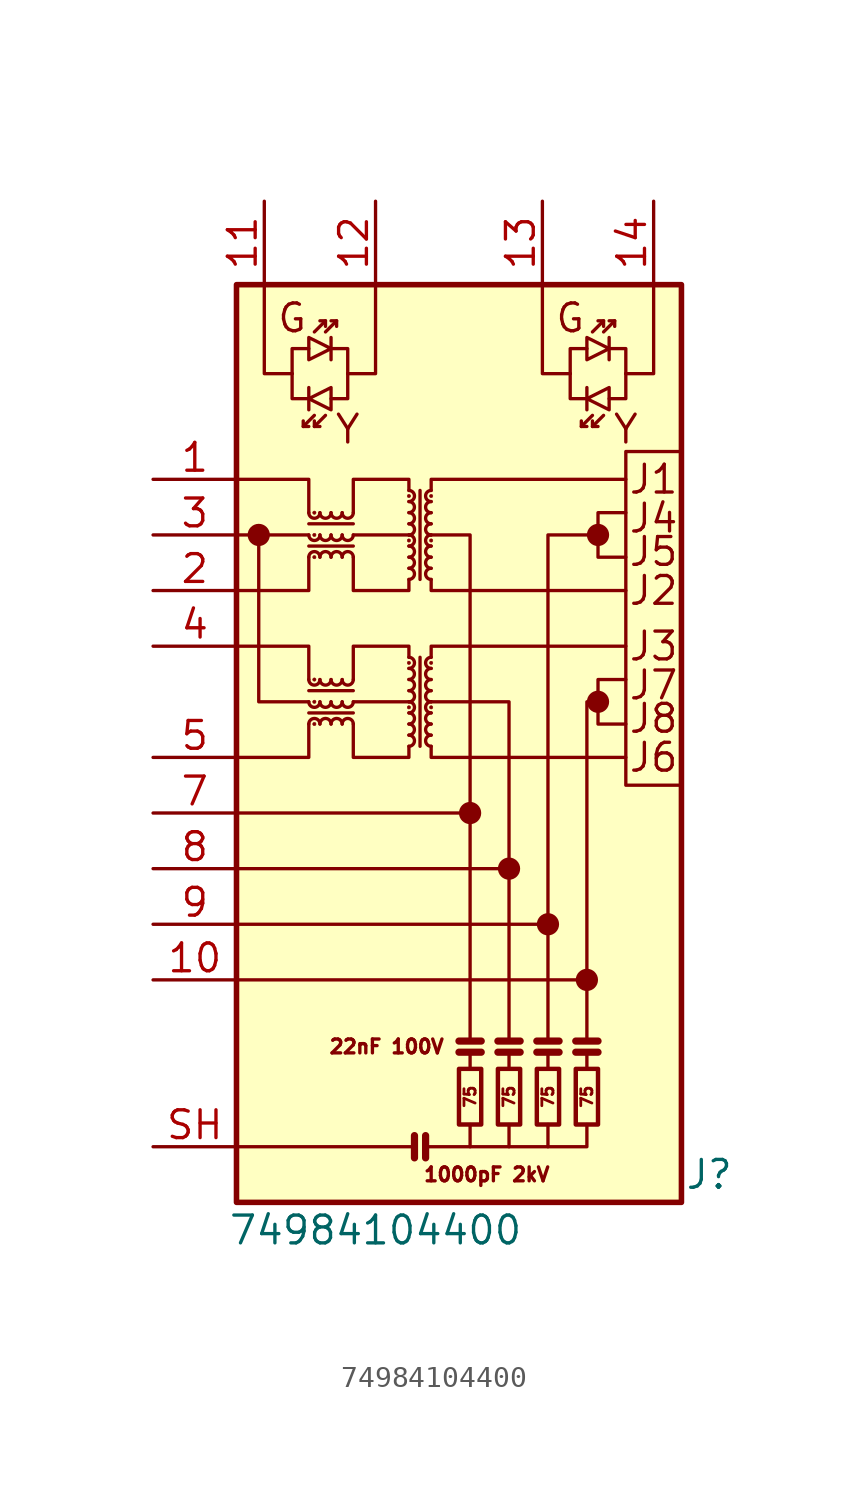
<source format=kicad_sym>
(kicad_symbol_lib
  (version 20231120)
  (generator "kicad_symbol_editor")
  (generator_version "8.0")
  (symbol "74984104400"
    (pin_names
      (offset 0) hide)
    (property "Reference" "J"
      (at 10.16 -19.05 0)
      (effects (font (size 1.27 1.27))))
    (property "Value" "74984104400"
      (at -5.08 -21.59 0)
      (effects (font (size 1.27 1.27))))
    (symbol "74984104400_0_0"
      (circle (center -10.414 10.16) (radius 0.0001) (stroke (width 0.508) (type default)) (fill (type none)))
      (circle (center -0.762 -2.54) (radius 0.0001) (stroke (width 0.508) (type default)) (fill (type none)))
      (polyline (pts (xy -6.096 2.54) (xy -3.556 2.54)) (stroke (width 0) (type default)) (fill (type none)))
      (polyline (pts (xy -6.096 10.16) (xy -3.556 10.16)) (stroke (width 0) (type default)) (fill (type none)))
      (polyline (pts (xy -3.556 0.508) (xy -3.556 0) (xy -6.096 0) (xy -6.096 1.524)) (stroke (width 0) (type default)) (fill (type none)))
      (polyline (pts (xy -3.556 4.572) (xy -3.556 5.08) (xy -6.096 5.08) (xy -6.096 3.556)) (stroke (width 0) (type default)) (fill (type none)))
      (polyline (pts (xy -3.556 8.128) (xy -3.556 7.62) (xy -6.096 7.62) (xy -6.096 9.144)) (stroke (width 0) (type default)) (fill (type none)))
      (polyline (pts (xy -3.556 12.192) (xy -3.556 12.7) (xy -6.096 12.7) (xy -6.096 11.176)) (stroke (width 0) (type default)) (fill (type none)))
      (circle (center 1.016 -5.08) (radius 0.0001) (stroke (width 0.508) (type default)) (fill (type none)))
      (circle (center 2.794 -7.62) (radius 0.0001) (stroke (width 0.508) (type default)) (fill (type none)))
      (circle (center 4.572 -10.16) (radius 0.0001) (stroke (width 0.508) (type default)) (fill (type none)))
      (circle (center 5.08 2.54) (radius 0.0001) (stroke (width 0.508) (type default)) (fill (type none)))
      (circle (center 5.08 10.16) (radius 0.0001) (stroke (width 0.508) (type default)) (fill (type none)))
      (text "1000pF 2kV" (at 0 -19.05 0) (effects (font (size 0.635 0.635))))
      (text "G" (at -8.89 20.066 0) (effects (font (size 1.27 1.27))))
      (text "G" (at 3.81 20.066 0) (effects (font (size 1.27 1.27))))
      (text "Y" (at -6.35 14.986 0) (effects (font (size 1.27 1.27))))
      (text "Y" (at 6.35 14.986 0) (effects (font (size 1.27 1.27)))))
    (symbol "74984104400_0_1"
      (rectangle (start -11.43 21.59) (end 8.89 -20.32) (stroke (width 0.254) (type default)) (fill (type background)))
      (arc (start -8.128 2.54) (mid -7.874 2.2871) (end -7.62 2.54) (stroke (width 0) (type default)) (fill (type none)))
      (arc (start -8.128 3.556) (mid -7.874 3.3031) (end -7.62 3.556) (stroke (width 0) (type default)) (fill (type none)))
      (arc (start -8.128 10.16) (mid -7.874 9.9071) (end -7.62 10.16) (stroke (width 0) (type default)) (fill (type none)))
      (arc (start -8.128 11.176) (mid -7.874 10.9231) (end -7.62 11.176) (stroke (width 0) (type default)) (fill (type none)))
      (circle (center -7.874 1.525) (radius 0.076) (stroke (width 0.025) (type default)) (fill (type outline)))
      (circle (center -7.874 2.54) (radius 0.076) (stroke (width 0.025) (type default)) (fill (type outline)))
      (circle (center -7.874 3.556) (radius 0.076) (stroke (width 0.025) (type default)) (fill (type outline)))
      (circle (center -7.874 9.145) (radius 0.076) (stroke (width 0.025) (type default)) (fill (type outline)))
      (circle (center -7.874 10.16) (radius 0.076) (stroke (width 0.025) (type default)) (fill (type outline)))
      (circle (center -7.874 11.176) (radius 0.076) (stroke (width 0.025) (type default)) (fill (type outline)))
      (arc (start -7.62 1.5251) (mid -7.874 1.778) (end -8.128 1.5251) (stroke (width 0) (type default)) (fill (type none)))
      (arc (start -7.62 2.54) (mid -7.366 2.2871) (end -7.112 2.54) (stroke (width 0) (type default)) (fill (type none)))
      (arc (start -7.62 3.556) (mid -7.366 3.3031) (end -7.112 3.556) (stroke (width 0) (type default)) (fill (type none)))
      (arc (start -7.62 9.1451) (mid -7.874 9.398) (end -8.128 9.1451) (stroke (width 0) (type default)) (fill (type none)))
      (arc (start -7.62 10.16) (mid -7.366 9.9071) (end -7.112 10.16) (stroke (width 0) (type default)) (fill (type none)))
      (arc (start -7.62 11.176) (mid -7.366 10.9231) (end -7.112 11.176) (stroke (width 0) (type default)) (fill (type none)))
      (arc (start -7.112 1.5251) (mid -7.366 1.778) (end -7.62 1.5251) (stroke (width 0) (type default)) (fill (type none)))
      (arc (start -7.112 2.54) (mid -6.858 2.2871) (end -6.604 2.54) (stroke (width 0) (type default)) (fill (type none)))
      (arc (start -7.112 3.556) (mid -6.858 3.3031) (end -6.604 3.556) (stroke (width 0) (type default)) (fill (type none)))
      (arc (start -7.112 9.1451) (mid -7.366 9.398) (end -7.62 9.1451) (stroke (width 0) (type default)) (fill (type none)))
      (arc (start -7.112 10.16) (mid -6.858 9.9071) (end -6.604 10.16) (stroke (width 0) (type default)) (fill (type none)))
      (arc (start -7.112 11.176) (mid -6.858 10.9231) (end -6.604 11.176) (stroke (width 0) (type default)) (fill (type none)))
      (arc (start -6.604 1.5251) (mid -6.858 1.778) (end -7.112 1.5251) (stroke (width 0) (type default)) (fill (type none)))
      (arc (start -6.604 2.54) (mid -6.35 2.2871) (end -6.096 2.54) (stroke (width 0) (type default)) (fill (type none)))
      (arc (start -6.604 3.556) (mid -6.35 3.3031) (end -6.096 3.556) (stroke (width 0) (type default)) (fill (type none)))
      (arc (start -6.604 9.1451) (mid -6.858 9.398) (end -7.112 9.1451) (stroke (width 0) (type default)) (fill (type none)))
      (arc (start -6.604 10.16) (mid -6.35 9.9071) (end -6.096 10.16) (stroke (width 0) (type default)) (fill (type none)))
      (arc (start -6.604 11.176) (mid -6.35 10.9231) (end -6.096 11.176) (stroke (width 0) (type default)) (fill (type none)))
      (arc (start -6.096 1.5251) (mid -6.35 1.778) (end -6.604 1.5251) (stroke (width 0) (type default)) (fill (type none)))
      (arc (start -6.096 9.1451) (mid -6.35 9.398) (end -6.604 9.1451) (stroke (width 0) (type default)) (fill (type none)))
      (arc (start -3.556 0.508) (mid -3.303 0.762) (end -3.556 1.016) (stroke (width 0) (type default)) (fill (type none)))
      (arc (start -3.556 1.016) (mid -3.3031 1.27) (end -3.556 1.524) (stroke (width 0) (type default)) (fill (type none)))
      (arc (start -3.556 1.524) (mid -3.303 1.778) (end -3.556 2.032) (stroke (width 0) (type default)) (fill (type none)))
      (arc (start -3.556 2.032) (mid -3.303 2.286) (end -3.556 2.54) (stroke (width 0) (type default)) (fill (type none)))
      (circle (center -3.556 2.286) (radius 0.076) (stroke (width 0.025) (type default)) (fill (type outline)))
      (arc (start -3.556 2.54) (mid -3.303 2.794) (end -3.556 3.048) (stroke (width 0) (type default)) (fill (type none)))
      (arc (start -3.556 3.048) (mid -3.303 3.302) (end -3.556 3.556) (stroke (width 0) (type default)) (fill (type none)))
      (arc (start -3.556 3.556) (mid -3.3031 3.81) (end -3.556 4.064) (stroke (width 0) (type default)) (fill (type none)))
      (arc (start -3.556 4.064) (mid -3.303 4.318) (end -3.556 4.572) (stroke (width 0) (type default)) (fill (type none)))
      (circle (center -3.556 4.318) (radius 0.076) (stroke (width 0.025) (type default)) (fill (type outline)))
      (arc (start -3.556 8.128) (mid -3.303 8.382) (end -3.556 8.636) (stroke (width 0) (type default)) (fill (type none)))
      (arc (start -3.556 8.636) (mid -3.3031 8.89) (end -3.556 9.144) (stroke (width 0) (type default)) (fill (type none)))
      (arc (start -3.556 9.144) (mid -3.303 9.398) (end -3.556 9.652) (stroke (width 0) (type default)) (fill (type none)))
      (arc (start -3.556 9.652) (mid -3.303 9.906) (end -3.556 10.16) (stroke (width 0) (type default)) (fill (type none)))
      (circle (center -3.556 9.906) (radius 0.076) (stroke (width 0.025) (type default)) (fill (type outline)))
      (arc (start -3.556 10.16) (mid -3.303 10.414) (end -3.556 10.668) (stroke (width 0) (type default)) (fill (type none)))
      (arc (start -3.556 10.668) (mid -3.303 10.922) (end -3.556 11.176) (stroke (width 0) (type default)) (fill (type none)))
      (arc (start -3.556 11.176) (mid -3.3031 11.43) (end -3.556 11.684) (stroke (width 0) (type default)) (fill (type none)))
      (arc (start -3.556 11.684) (mid -3.303 11.938) (end -3.556 12.192) (stroke (width 0) (type default)) (fill (type none)))
      (circle (center -3.556 11.938) (radius 0.076) (stroke (width 0.025) (type default)) (fill (type outline)))
      (arc (start -2.54 1.016) (mid -2.793 0.762) (end -2.54 0.508) (stroke (width 0) (type default)) (fill (type none)))
      (arc (start -2.54 1.524) (mid -2.7929 1.27) (end -2.54 1.016) (stroke (width 0) (type default)) (fill (type none)))
      (arc (start -2.54 2.032) (mid -2.793 1.778) (end -2.54 1.524) (stroke (width 0) (type default)) (fill (type none)))
      (circle (center -2.54 2.286) (radius 0.076) (stroke (width 0.025) (type default)) (fill (type outline)))
      (arc (start -2.54 2.54) (mid -2.793 2.286) (end -2.54 2.032) (stroke (width 0) (type default)) (fill (type none)))
      (arc (start -2.54 3.048) (mid -2.793 2.794) (end -2.54 2.54) (stroke (width 0) (type default)) (fill (type none)))
      (arc (start -2.54 3.556) (mid -2.793 3.302) (end -2.54 3.048) (stroke (width 0) (type default)) (fill (type none)))
      (arc (start -2.54 4.064) (mid -2.7929 3.81) (end -2.54 3.556) (stroke (width 0) (type default)) (fill (type none)))
      (circle (center -2.54 4.318) (radius 0.076) (stroke (width 0.025) (type default)) (fill (type outline)))
      (arc (start -2.54 4.572) (mid -2.793 4.318) (end -2.54 4.064) (stroke (width 0) (type default)) (fill (type none)))
      (arc (start -2.54 8.636) (mid -2.793 8.382) (end -2.54 8.128) (stroke (width 0) (type default)) (fill (type none)))
      (arc (start -2.54 9.144) (mid -2.7929 8.89) (end -2.54 8.636) (stroke (width 0) (type default)) (fill (type none)))
      (arc (start -2.54 9.652) (mid -2.793 9.398) (end -2.54 9.144) (stroke (width 0) (type default)) (fill (type none)))
      (circle (center -2.54 9.906) (radius 0.076) (stroke (width 0.025) (type default)) (fill (type outline)))
      (arc (start -2.54 10.16) (mid -2.793 9.906) (end -2.54 9.652) (stroke (width 0) (type default)) (fill (type none)))
      (arc (start -2.54 10.668) (mid -2.793 10.414) (end -2.54 10.16) (stroke (width 0) (type default)) (fill (type none)))
      (arc (start -2.54 11.176) (mid -2.793 10.922) (end -2.54 10.668) (stroke (width 0) (type default)) (fill (type none)))
      (arc (start -2.54 11.684) (mid -2.7929 11.43) (end -2.54 11.176) (stroke (width 0) (type default)) (fill (type none)))
      (circle (center -2.54 11.938) (radius 0.076) (stroke (width 0.025) (type default)) (fill (type outline)))
      (arc (start -2.54 12.192) (mid -2.793 11.938) (end -2.54 11.684) (stroke (width 0) (type default)) (fill (type none)))
      (rectangle (start -1.27 -16.764) (end -0.254 -14.224) (stroke (width 0.203) (type default)) (fill (type none)))
      (polyline (pts (xy -8.382 15.113) (xy -7.874 15.621)) (stroke (width 0) (type default)) (fill (type none)))
      (polyline (pts (xy -8.128 16.891) (xy -8.128 15.875)) (stroke (width 0) (type default)) (fill (type none)))
      (polyline (pts (xy -7.874 15.113) (xy -7.366 15.621)) (stroke (width 0) (type default)) (fill (type none)))
      (polyline (pts (xy -7.366 19.939) (xy -7.874 19.431)) (stroke (width 0) (type default)) (fill (type none)))
      (polyline (pts (xy -7.112 18.161) (xy -7.112 19.177)) (stroke (width 0) (type default)) (fill (type none)))
      (polyline (pts (xy -6.858 19.939) (xy -7.366 19.431)) (stroke (width 0) (type default)) (fill (type none)))
      (polyline (pts (xy -6.096 2.032) (xy -8.128 2.032)) (stroke (width 0) (type default)) (fill (type none)))
      (polyline (pts (xy -6.096 3.048) (xy -8.128 3.048)) (stroke (width 0) (type default)) (fill (type none)))
      (polyline (pts (xy -6.096 9.652) (xy -8.128 9.652)) (stroke (width 0) (type default)) (fill (type none)))
      (polyline (pts (xy -6.096 10.668) (xy -8.128 10.668)) (stroke (width 0) (type default)) (fill (type none)))
      (polyline (pts (xy -3.302 -17.272) (xy -3.302 -18.288)) (stroke (width 0.33) (type default)) (fill (type none)))
      (polyline (pts (xy -3.048 0.508) (xy -3.048 4.572)) (stroke (width 0) (type default)) (fill (type none)))
      (polyline (pts (xy -3.048 8.128) (xy -3.048 12.192)) (stroke (width 0) (type default)) (fill (type none)))
      (polyline (pts (xy -2.794 -17.272) (xy -2.794 -18.288)) (stroke (width 0.33) (type default)) (fill (type none)))
      (polyline (pts (xy -0.254 -13.462) (xy -1.27 -13.462)) (stroke (width 0.33) (type default)) (fill (type none)))
      (polyline (pts (xy -0.254 -12.954) (xy -1.27 -12.954)) (stroke (width 0.33) (type default)) (fill (type none)))
      (polyline (pts (xy 1.524 -13.462) (xy 0.508 -13.462)) (stroke (width 0.33) (type default)) (fill (type none)))
      (polyline (pts (xy 1.524 -12.954) (xy 0.508 -12.954)) (stroke (width 0.33) (type default)) (fill (type none)))
      (polyline (pts (xy 3.302 -13.462) (xy 2.286 -13.462)) (stroke (width 0.33) (type default)) (fill (type none)))
      (polyline (pts (xy 3.302 -12.954) (xy 2.286 -12.954)) (stroke (width 0.33) (type default)) (fill (type none)))
      (polyline (pts (xy 4.318 15.113) (xy 4.826 15.621)) (stroke (width 0) (type default)) (fill (type none)))
      (polyline (pts (xy 4.572 16.891) (xy 4.572 15.875)) (stroke (width 0) (type default)) (fill (type none)))
      (polyline (pts (xy 4.826 15.113) (xy 5.334 15.621)) (stroke (width 0) (type default)) (fill (type none)))
      (polyline (pts (xy 5.08 -13.462) (xy 4.064 -13.462)) (stroke (width 0.33) (type default)) (fill (type none)))
      (polyline (pts (xy 5.08 -12.954) (xy 4.064 -12.954)) (stroke (width 0.33) (type default)) (fill (type none)))
      (polyline (pts (xy 5.334 19.939) (xy 4.826 19.431)) (stroke (width 0) (type default)) (fill (type none)))
      (polyline (pts (xy 5.588 18.161) (xy 5.588 19.177)) (stroke (width 0) (type default)) (fill (type none)))
      (polyline (pts (xy 5.842 19.939) (xy 5.334 19.431)) (stroke (width 0) (type default)) (fill (type none)))
      (polyline (pts (xy -8.89 17.526) (xy -8.89 16.383) (xy -8.128 16.383)) (stroke (width 0) (type default)) (fill (type none)))
      (polyline (pts (xy -8.89 17.526) (xy -8.89 18.669) (xy -8.128 18.669)) (stroke (width 0) (type default)) (fill (type none)))
      (polyline (pts (xy -8.382 15.367) (xy -8.382 15.113) (xy -8.128 15.113)) (stroke (width 0) (type default)) (fill (type none)))
      (polyline (pts (xy -7.874 15.367) (xy -7.874 15.113) (xy -7.62 15.113)) (stroke (width 0) (type default)) (fill (type none)))
      (polyline (pts (xy -7.366 19.685) (xy -7.366 19.939) (xy -7.62 19.939)) (stroke (width 0) (type default)) (fill (type none)))
      (polyline (pts (xy -6.858 19.685) (xy -6.858 19.939) (xy -7.112 19.939)) (stroke (width 0) (type default)) (fill (type none)))
      (polyline (pts (xy -6.35 17.526) (xy -6.35 16.383) (xy -7.112 16.383)) (stroke (width 0) (type default)) (fill (type none)))
      (polyline (pts (xy -6.35 17.526) (xy -6.35 18.669) (xy -7.112 18.669)) (stroke (width 0) (type default)) (fill (type none)))
      (polyline (pts (xy 3.81 17.526) (xy 3.81 16.383) (xy 4.572 16.383)) (stroke (width 0) (type default)) (fill (type none)))
      (polyline (pts (xy 3.81 17.526) (xy 3.81 18.669) (xy 4.572 18.669)) (stroke (width 0) (type default)) (fill (type none)))
      (polyline (pts (xy 4.318 15.367) (xy 4.318 15.113) (xy 4.572 15.113)) (stroke (width 0) (type default)) (fill (type none)))
      (polyline (pts (xy 4.826 15.367) (xy 4.826 15.113) (xy 5.08 15.113)) (stroke (width 0) (type default)) (fill (type none)))
      (polyline (pts (xy 5.334 19.685) (xy 5.334 19.939) (xy 5.08 19.939)) (stroke (width 0) (type default)) (fill (type none)))
      (polyline (pts (xy 5.842 19.685) (xy 5.842 19.939) (xy 5.588 19.939)) (stroke (width 0) (type default)) (fill (type none)))
      (polyline (pts (xy 6.35 17.526) (xy 6.35 16.383) (xy 5.588 16.383)) (stroke (width 0) (type default)) (fill (type none)))
      (polyline (pts (xy 6.35 17.526) (xy 6.35 18.669) (xy 5.588 18.669)) (stroke (width 0) (type default)) (fill (type none)))
      (polyline (pts (xy -8.128 16.383) (xy -7.112 16.891) (xy -7.112 15.875) (xy -8.128 16.383)) (stroke (width 0) (type default)) (fill (type none)))
      (polyline (pts (xy -7.112 18.669) (xy -8.128 18.161) (xy -8.128 19.177) (xy -7.112 18.669)) (stroke (width 0) (type default)) (fill (type none)))
      (polyline (pts (xy 4.572 16.383) (xy 5.588 16.891) (xy 5.588 15.875) (xy 4.572 16.383)) (stroke (width 0) (type default)) (fill (type none)))
      (polyline (pts (xy 5.588 18.669) (xy 4.572 18.161) (xy 4.572 19.177) (xy 5.588 18.669)) (stroke (width 0) (type default)) (fill (type none)))
      (rectangle (start 0.508 -16.764) (end 1.524 -14.224) (stroke (width 0.203) (type default)) (fill (type none)))
      (rectangle (start 2.286 -16.764) (end 3.302 -14.224) (stroke (width 0.203) (type default)) (fill (type none)))
      (rectangle (start 4.064 -16.764) (end 5.08 -14.224) (stroke (width 0.203) (type default)) (fill (type none)))
      (rectangle (start 6.35 13.97) (end 8.89 -1.27) (stroke (width 0) (type default)) (fill (type none))))
    (symbol "74984104400_1_0"
      (polyline (pts (xy -11.43 -10.16) (xy 4.572 -10.16)) (stroke (width 0) (type default)) (fill (type none)))
      (polyline (pts (xy -11.43 -7.62) (xy 2.794 -7.62)) (stroke (width 0) (type default)) (fill (type none)))
      (polyline (pts (xy -11.43 -2.54) (xy -0.762 -2.54)) (stroke (width 0) (type default)) (fill (type none)))
      (polyline (pts (xy -8.128 10.16) (xy -11.43 10.16)) (stroke (width 0) (type default)) (fill (type none)))
      (polyline (pts (xy -3.302 -17.78) (xy -11.43 -17.78)) (stroke (width 0) (type default)) (fill (type none)))
      (polyline (pts (xy -0.762 -13.462) (xy -0.762 -14.224)) (stroke (width 0) (type default)) (fill (type none)))
      (polyline (pts (xy 1.016 -13.462) (xy 1.016 -14.224)) (stroke (width 0) (type default)) (fill (type none)))
      (polyline (pts (xy 1.016 -5.08) (xy -11.43 -5.08)) (stroke (width 0) (type default)) (fill (type none)))
      (polyline (pts (xy 2.794 -13.462) (xy 2.794 -14.224)) (stroke (width 0) (type default)) (fill (type none)))
      (polyline (pts (xy 4.572 -13.462) (xy 4.572 -14.224)) (stroke (width 0) (type default)) (fill (type none)))
      (polyline (pts (xy -10.414 10.16) (xy -10.414 2.54) (xy -8.128 2.54)) (stroke (width 0) (type default)) (fill (type none)))
      (polyline (pts (xy -10.16 21.59) (xy -10.16 17.526) (xy -8.89 17.526)) (stroke (width 0) (type default)) (fill (type none)))
      (polyline (pts (xy -8.128 1.524) (xy -8.128 0) (xy -11.43 0)) (stroke (width 0) (type default)) (fill (type none)))
      (polyline (pts (xy -8.128 3.556) (xy -8.128 5.08) (xy -11.43 5.08)) (stroke (width 0) (type default)) (fill (type none)))
      (polyline (pts (xy -8.128 9.144) (xy -8.128 7.62) (xy -11.43 7.62)) (stroke (width 0) (type default)) (fill (type none)))
      (polyline (pts (xy -8.128 11.176) (xy -8.128 12.7) (xy -11.43 12.7)) (stroke (width 0) (type default)) (fill (type none)))
      (polyline (pts (xy -5.08 21.59) (xy -5.08 17.526) (xy -6.35 17.526)) (stroke (width 0) (type default)) (fill (type none)))
      (polyline (pts (xy -2.54 0.508) (xy -2.54 0) (xy 6.35 0)) (stroke (width 0) (type default)) (fill (type none)))
      (polyline (pts (xy -2.54 4.572) (xy -2.54 5.08) (xy 6.35 5.08)) (stroke (width 0) (type default)) (fill (type none)))
      (polyline (pts (xy -2.54 8.128) (xy -2.54 7.62) (xy 6.35 7.62)) (stroke (width 0) (type default)) (fill (type none)))
      (polyline (pts (xy -2.54 12.192) (xy -2.54 12.7) (xy 6.35 12.7)) (stroke (width 0) (type default)) (fill (type none)))
      (polyline (pts (xy -0.762 -16.764) (xy -0.762 -17.78) (xy -2.794 -17.78)) (stroke (width 0) (type default)) (fill (type none)))
      (polyline (pts (xy -0.762 -12.954) (xy -0.762 10.16) (xy -2.54 10.16)) (stroke (width 0) (type default)) (fill (type none)))
      (polyline (pts (xy 1.016 -16.764) (xy 1.016 -17.78) (xy -0.762 -17.78)) (stroke (width 0) (type default)) (fill (type none)))
      (polyline (pts (xy 1.016 -12.954) (xy 1.016 2.54) (xy -2.54 2.54)) (stroke (width 0) (type default)) (fill (type none)))
      (polyline (pts (xy 2.54 21.59) (xy 2.54 17.526) (xy 3.81 17.526)) (stroke (width 0) (type default)) (fill (type none)))
      (polyline (pts (xy 2.794 -16.764) (xy 2.794 -17.78) (xy 1.016 -17.78)) (stroke (width 0) (type default)) (fill (type none)))
      (polyline (pts (xy 2.794 -12.954) (xy 2.794 10.16) (xy 5.08 10.16)) (stroke (width 0) (type default)) (fill (type none)))
      (polyline (pts (xy 4.572 -16.764) (xy 4.572 -17.78) (xy 2.794 -17.78)) (stroke (width 0) (type default)) (fill (type none)))
      (polyline (pts (xy 5.08 2.54) (xy 4.572 2.54) (xy 4.572 -12.954)) (stroke (width 0) (type default)) (fill (type none)))
      (polyline (pts (xy 7.62 21.59) (xy 7.62 17.526) (xy 6.35 17.526)) (stroke (width 0) (type default)) (fill (type none)))
      (polyline (pts (xy 6.35 1.524) (xy 5.08 1.524) (xy 5.08 3.556) (xy 6.35 3.556)) (stroke (width 0) (type default)) (fill (type none)))
      (polyline (pts (xy 6.35 9.144) (xy 5.08 9.144) (xy 5.08 11.176) (xy 6.35 11.176)) (stroke (width 0) (type default)) (fill (type none)))
      (text "22nF 100V" (at -4.572 -13.208 0) (effects (font (size 0.635 0.635))))
      (text "75" (at -0.762 -15.494 900) (effects (font (size 0.508 0.508))))
      (text "75" (at 1.016 -15.494 900) (effects (font (size 0.508 0.508))))
      (text "75" (at 2.794 -15.494 900) (effects (font (size 0.508 0.508))))
      (text "75" (at 4.572 -15.494 900) (effects (font (size 0.508 0.508))))
      (text "J1" (at 7.62 12.7 0) (effects (font (size 1.27 1.27))))
      (text "J2" (at 7.62 7.62 0) (effects (font (size 1.27 1.27))))
      (text "J3" (at 7.62 5.08 0) (effects (font (size 1.27 1.27))))
      (text "J4" (at 7.62 10.922 0) (effects (font (size 1.27 1.27))))
      (text "J5" (at 7.62 9.398 0) (effects (font (size 1.27 1.27))))
      (text "J6" (at 7.62 0 0) (effects (font (size 1.27 1.27))))
      (text "J7" (at 7.62 3.302 0) (effects (font (size 1.27 1.27))))
      (text "J8" (at 7.62 1.778 0) (effects (font (size 1.27 1.27)))))
    (symbol "74984104400_1_1"
      (pin passive line (at -15.24 12.7 0) (length 3.81) (name "TD+" (effects (font (size 1.27 1.27)))) (number "1" (effects (font (size 1.27 1.27)))))
      (pin passive line (at -15.24 -10.16 0) (length 3.81) (name "V2-" (effects (font (size 1.27 1.27)))) (number "10" (effects (font (size 1.27 1.27)))))
      (pin passive line (at -10.16 25.4 270) (length 3.81) (name "~" (effects (font (size 1.27 1.27)))) (number "11" (effects (font (size 1.27 1.27)))))
      (pin passive line (at -5.08 25.4 270) (length 3.81) (name "~" (effects (font (size 1.27 1.27)))) (number "12" (effects (font (size 1.27 1.27)))))
      (pin passive line (at 2.54 25.4 270) (length 3.81) (name "~" (effects (font (size 1.27 1.27)))) (number "13" (effects (font (size 1.27 1.27)))))
      (pin passive line (at 7.62 25.4 270) (length 3.81) (name "~" (effects (font (size 1.27 1.27)))) (number "14" (effects (font (size 1.27 1.27)))))
      (pin passive line (at -15.24 7.62 0) (length 3.81) (name "TD-" (effects (font (size 1.27 1.27)))) (number "2" (effects (font (size 1.27 1.27)))))
      (pin passive line (at -15.24 10.16 0) (length 3.81) (name "CD" (effects (font (size 1.27 1.27)))) (number "3" (effects (font (size 1.27 1.27)))))
      (pin passive line (at -15.24 5.08 0) (length 3.81) (name "RD+" (effects (font (size 1.27 1.27)))) (number "4" (effects (font (size 1.27 1.27)))))
      (pin passive line (at -15.24 0 0) (length 3.81) (name "RD-" (effects (font (size 1.27 1.27)))) (number "5" (effects (font (size 1.27 1.27)))))
      (pin passive line (at -15.24 -2.54 0) (length 3.81) (name "V1+" (effects (font (size 1.27 1.27)))) (number "7" (effects (font (size 1.27 1.27)))))
      (pin passive line (at -15.24 -5.08 0) (length 3.81) (name "V1-" (effects (font (size 1.27 1.27)))) (number "8" (effects (font (size 1.27 1.27)))))
      (pin passive line (at -15.24 -7.62 0) (length 3.81) (name "V2+" (effects (font (size 1.27 1.27)))) (number "9" (effects (font (size 1.27 1.27)))))
      (pin passive line (at -15.24 -17.78 0) (length 3.81) (name "SH" (effects (font (size 1.27 1.27)))) (number "SH" (effects (font (size 1.27 1.27))))))))
</source>
